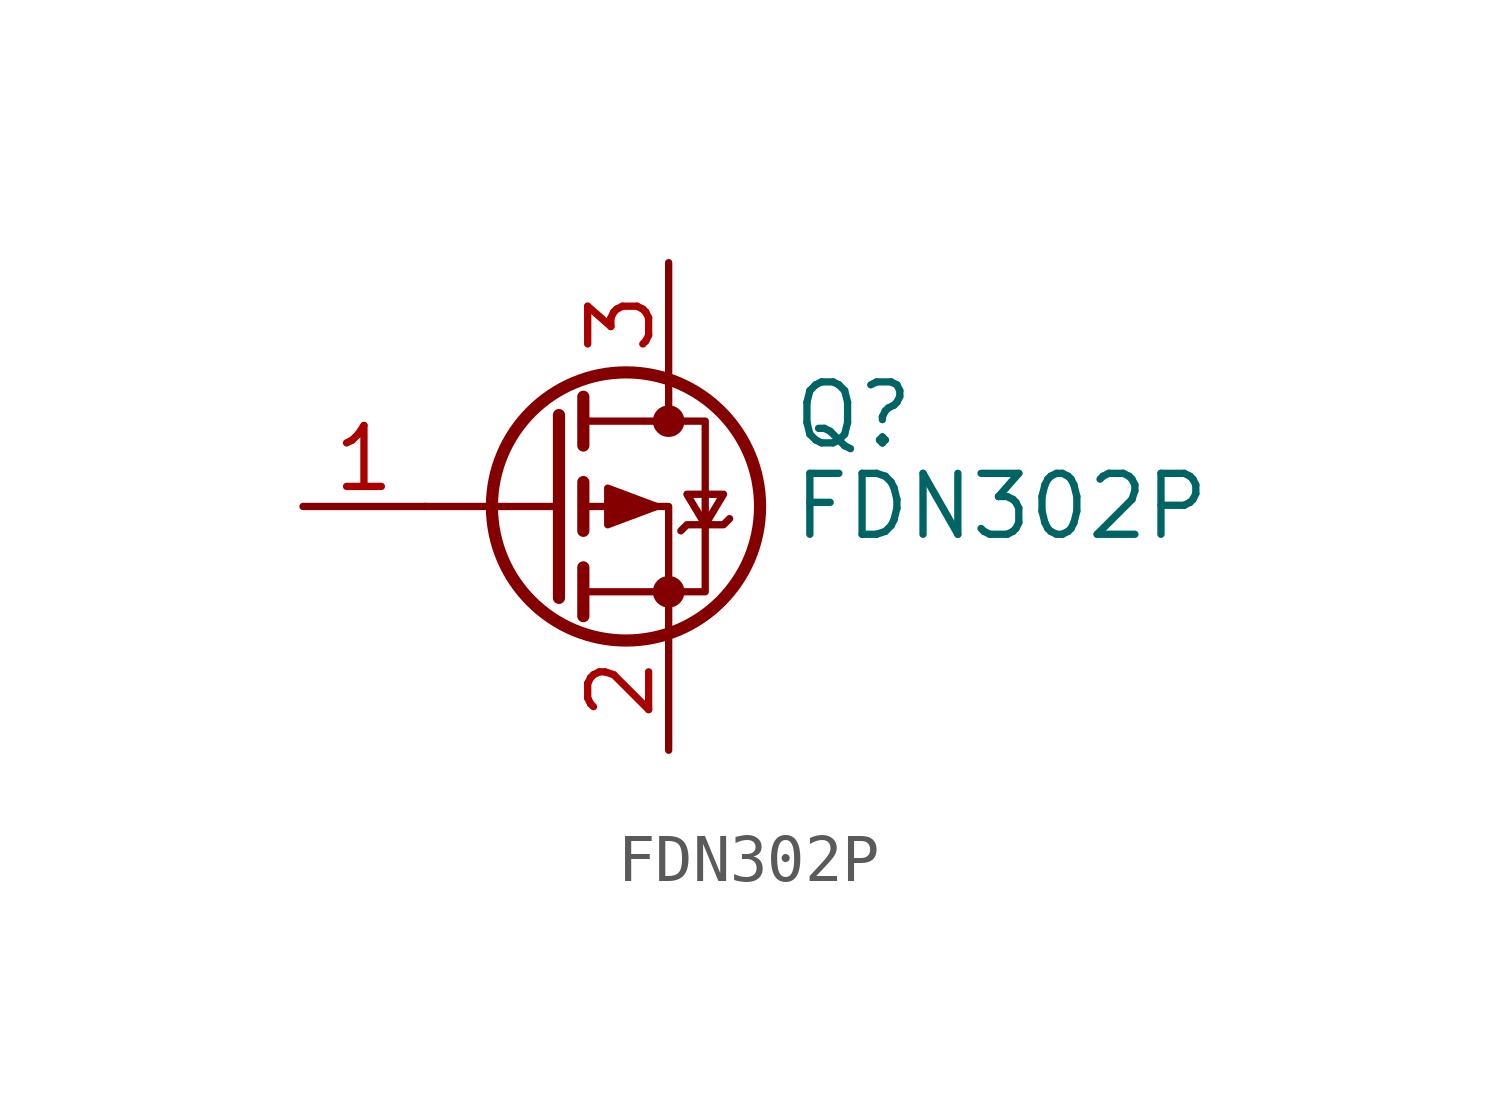
<source format=kicad_sym>
(kicad_symbol_lib
  (version 20220914)
  (generator kicad_symbol_editor)
  (symbol "FDN302P"
    (pin_names hide)
    (property "Reference" "Q"
      (at 5.08 1.905 0)
      (effects (font (size 1.27 1.27)) (justify left)))
    (property "Value" "FDN302P"
      (at 5.08 0 0)
      (effects (font (size 1.27 1.27)) (justify left)))
    (symbol "FDN302P_0_1"
      (polyline (pts (xy 0.254 0) (xy -2.54 0)) (stroke (width 0) (type default)) (fill (type none)))
      (polyline (pts (xy 0.254 1.905) (xy 0.254 -1.905)) (stroke (width 0.254) (type default)) (fill (type none)))
      (polyline (pts (xy 0.762 -1.27) (xy 0.762 -2.286)) (stroke (width 0.254) (type default)) (fill (type none)))
      (polyline (pts (xy 0.762 0.508) (xy 0.762 -0.508)) (stroke (width 0.254) (type default)) (fill (type none)))
      (polyline (pts (xy 0.762 2.286) (xy 0.762 1.27)) (stroke (width 0.254) (type default)) (fill (type none)))
      (polyline (pts (xy 2.54 2.54) (xy 2.54 1.778)) (stroke (width 0) (type default)) (fill (type none)))
      (polyline (pts (xy 2.54 -2.54) (xy 2.54 0) (xy 0.762 0)) (stroke (width 0) (type default)) (fill (type none)))
      (polyline (pts (xy 0.762 1.778) (xy 3.302 1.778) (xy 3.302 -1.778) (xy 0.762 -1.778)) (stroke (width 0) (type default)) (fill (type none)))
      (polyline (pts (xy 2.286 0) (xy 1.27 0.381) (xy 1.27 -0.381) (xy 2.286 0)) (stroke (width 0) (type default)) (fill (type outline)))
      (polyline (pts (xy 2.794 -0.508) (xy 2.921 -0.381) (xy 3.683 -0.381) (xy 3.81 -0.254)) (stroke (width 0) (type default)) (fill (type none)))
      (polyline (pts (xy 3.302 -0.381) (xy 2.921 0.254) (xy 3.683 0.254) (xy 3.302 -0.381)) (stroke (width 0) (type default)) (fill (type none)))
      (circle (center 1.651 0) (radius 2.794) (stroke (width 0.254) (type default)) (fill (type none)))
      (circle (center 2.54 -1.778) (radius 0.254) (stroke (width 0) (type default)) (fill (type outline)))
      (circle (center 2.54 1.778) (radius 0.254) (stroke (width 0) (type default)) (fill (type outline))))
    (symbol "FDN302P_1_1"
      (pin input line (at -5.08 0 0) (length 2.54) (name "G" (effects (font (size 1.27 1.27)))) (number "1" (effects (font (size 1.27 1.27)))))
      (pin passive line (at 2.54 -5.08 90) (length 2.54) (name "S" (effects (font (size 1.27 1.27)))) (number "2" (effects (font (size 1.27 1.27)))))
      (pin passive line (at 2.54 5.08 270) (length 2.54) (name "D" (effects (font (size 1.27 1.27)))) (number "3" (effects (font (size 1.27 1.27))))))))
</source>
